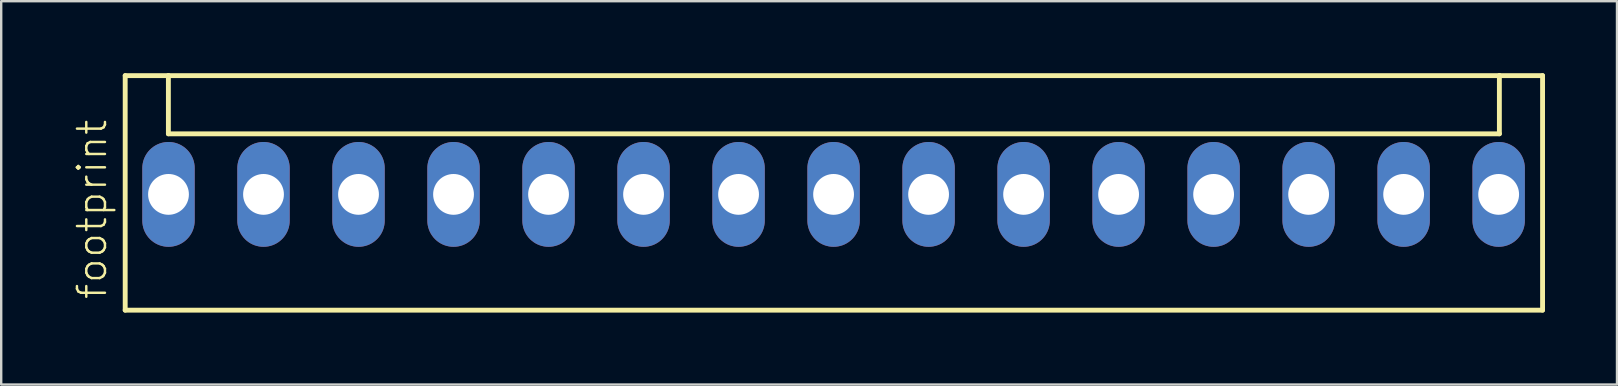
<source format=kicad_pcb>
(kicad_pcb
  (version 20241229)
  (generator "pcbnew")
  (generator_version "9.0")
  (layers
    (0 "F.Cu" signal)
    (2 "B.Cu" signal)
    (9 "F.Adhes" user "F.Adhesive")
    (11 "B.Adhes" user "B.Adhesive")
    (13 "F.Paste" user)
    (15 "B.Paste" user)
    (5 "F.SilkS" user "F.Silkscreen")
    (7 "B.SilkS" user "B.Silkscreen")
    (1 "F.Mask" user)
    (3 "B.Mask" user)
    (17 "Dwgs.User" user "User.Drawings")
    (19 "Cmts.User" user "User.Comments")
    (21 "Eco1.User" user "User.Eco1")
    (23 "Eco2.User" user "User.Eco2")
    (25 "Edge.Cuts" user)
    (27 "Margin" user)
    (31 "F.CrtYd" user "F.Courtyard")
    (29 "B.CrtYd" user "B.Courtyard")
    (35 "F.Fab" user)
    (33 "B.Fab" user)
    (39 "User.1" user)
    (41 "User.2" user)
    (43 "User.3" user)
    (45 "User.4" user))
  (footprint "footprint"
    (layer "F.Cu")
    (at 31.693 5.052)
    (property "Reference" "footprint" (at -30.22 4.445 90) (layer "F.SilkS") (effects (font (size 1.168 1.168) (thickness 0.102)) (justify left bottom)))
    (fp_line (start -29.525 -4.95) (end -29.525 4.825) (stroke (width 0.203) (type solid)) (layer "F.SilkS"))
    (fp_line (start -29.525 4.825) (end 29.55 4.825) (stroke (width 0.203) (type solid)) (layer "F.SilkS"))
    (fp_line (start -27.725 -4.95) (end -29.525 -4.95) (stroke (width 0.203) (type solid)) (layer "F.SilkS"))
    (fp_line (start -27.725 -2.525) (end -27.725 -4.95) (stroke (width 0.203) (type solid)) (layer "F.SilkS"))
    (fp_line (start -27.725 -2.525) (end 27.75 -2.525) (stroke (width 0.203) (type solid)) (layer "F.SilkS"))
    (fp_line (start 27.75 -4.95) (end -27.725 -4.95) (stroke (width 0.203) (type solid)) (layer "F.SilkS"))
    (fp_line (start 27.75 -2.525) (end 27.75 -4.95) (stroke (width 0.203) (type solid)) (layer "F.SilkS"))
    (fp_line (start 29.55 -4.95) (end 27.75 -4.95) (stroke (width 0.203) (type solid)) (layer "F.SilkS"))
    (fp_line (start 29.55 4.825) (end 29.55 -4.95) (stroke (width 0.203) (type solid)) (layer "F.SilkS"))
    (pad "1" thru_hole oval (at -27.72 0 90) (size 4.369 2.184) (drill 1.7) (layers "*.Cu" "*.Mask"))
    (pad "2" thru_hole oval (at -23.76 0 90) (size 4.369 2.184) (drill 1.7) (layers "*.Cu" "*.Mask"))
    (pad "3" thru_hole oval (at -19.8 0 90) (size 4.369 2.184) (drill 1.7) (layers "*.Cu" "*.Mask"))
    (pad "4" thru_hole oval (at -15.84 0 90) (size 4.369 2.184) (drill 1.7) (layers "*.Cu" "*.Mask"))
    (pad "5" thru_hole oval (at -11.88 0 90) (size 4.369 2.184) (drill 1.7) (layers "*.Cu" "*.Mask"))
    (pad "6" thru_hole oval (at -7.92 0 90) (size 4.369 2.184) (drill 1.7) (layers "*.Cu" "*.Mask"))
    (pad "7" thru_hole oval (at -3.96 0 90) (size 4.369 2.184) (drill 1.7) (layers "*.Cu" "*.Mask"))
    (pad "8" thru_hole oval (at 0 0 90) (size 4.369 2.184) (drill 1.7) (layers "*.Cu" "*.Mask"))
    (pad "9" thru_hole oval (at 3.96 0 90) (size 4.369 2.184) (drill 1.7) (layers "*.Cu" "*.Mask"))
    (pad "10" thru_hole oval (at 7.92 0 90) (size 4.369 2.184) (drill 1.7) (layers "*.Cu" "*.Mask"))
    (pad "11" thru_hole oval (at 11.88 0 90) (size 4.369 2.184) (drill 1.7) (layers "*.Cu" "*.Mask"))
    (pad "12" thru_hole oval (at 15.84 0 90) (size 4.369 2.184) (drill 1.7) (layers "*.Cu" "*.Mask"))
    (pad "13" thru_hole oval (at 19.8 0 90) (size 4.369 2.184) (drill 1.7) (layers "*.Cu" "*.Mask"))
    (pad "14" thru_hole oval (at 23.76 0 90) (size 4.369 2.184) (drill 1.7) (layers "*.Cu" "*.Mask"))
    (pad "15" thru_hole oval (at 27.72 0 90) (size 4.369 2.184) (drill 1.7) (layers "*.Cu" "*.Mask")))
  (gr_rect
    (start -3 -3)
    (end 64.345 12.978)
    (stroke (width 0.1) (type default))
    (fill no)
    (layer "Edge.Cuts")))
</source>
